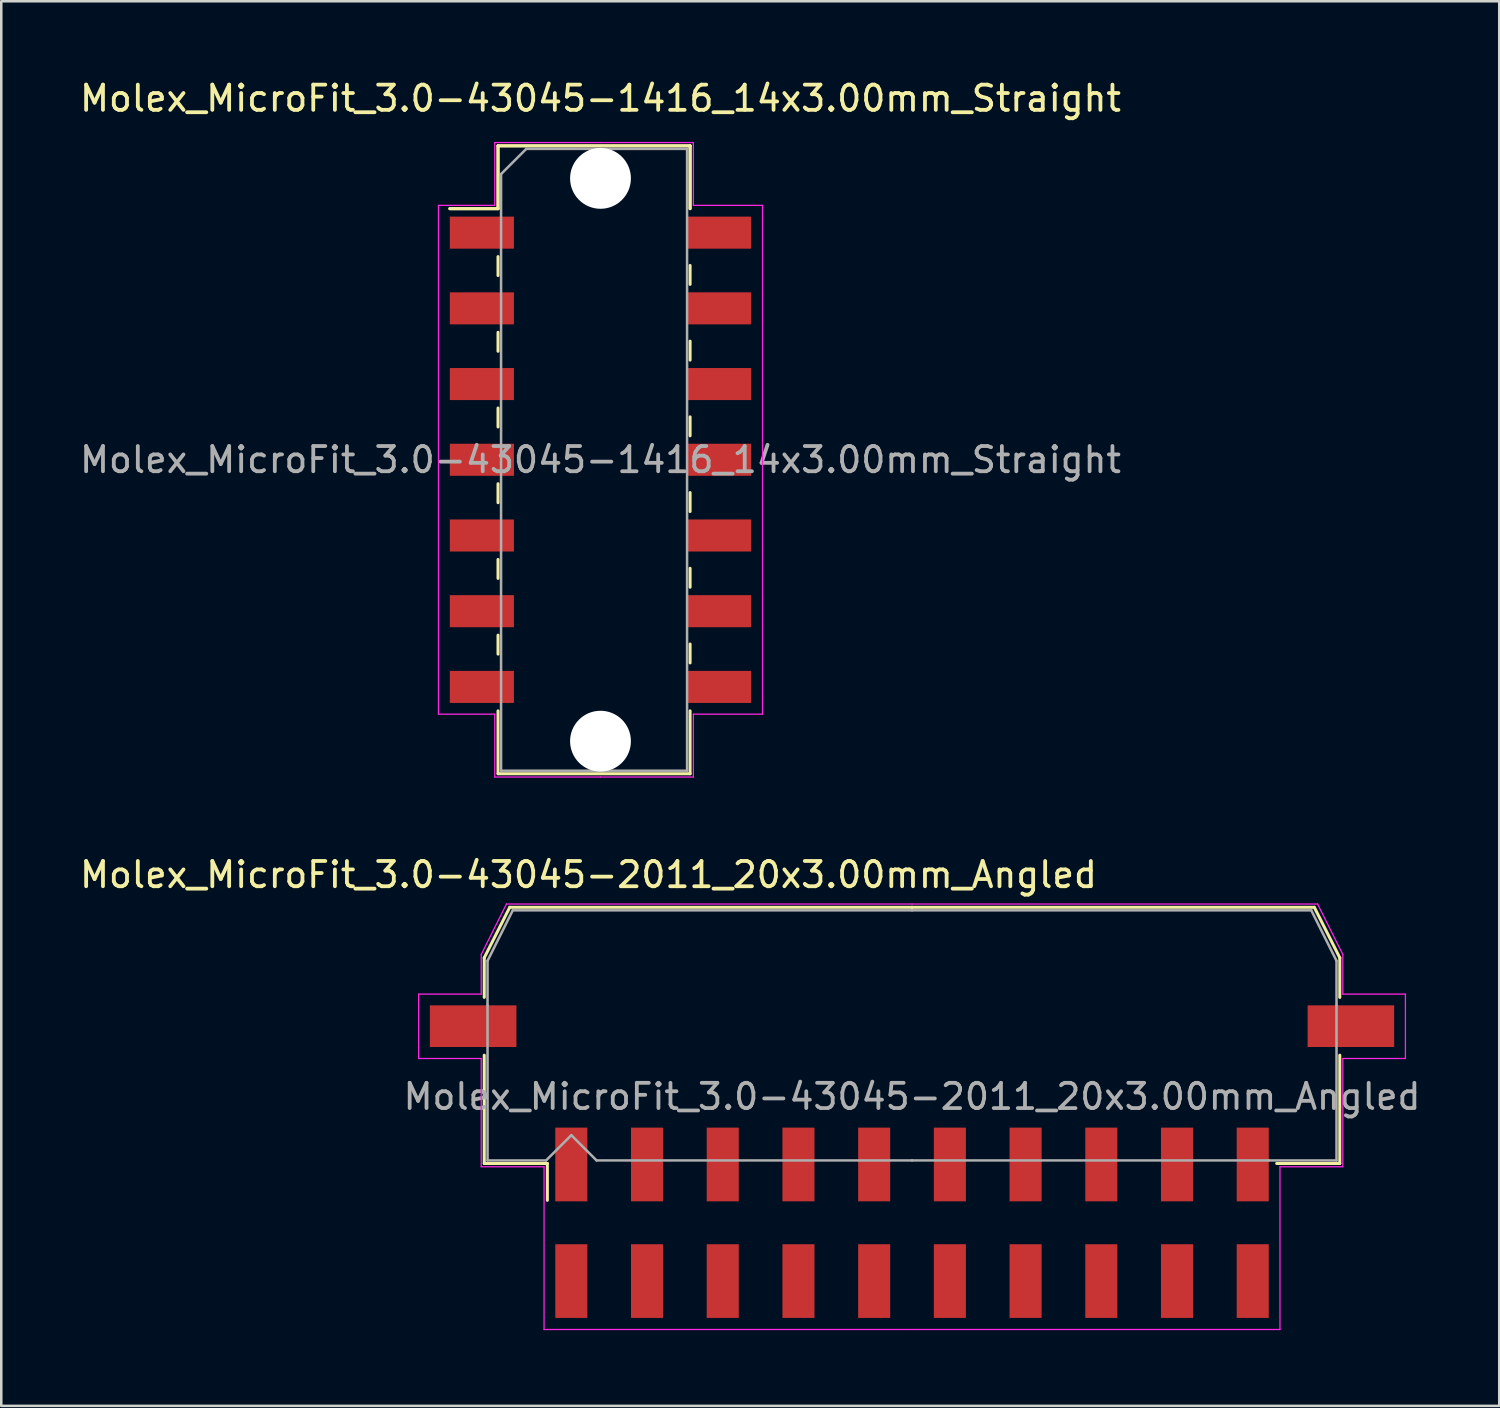
<source format=kicad_pcb>
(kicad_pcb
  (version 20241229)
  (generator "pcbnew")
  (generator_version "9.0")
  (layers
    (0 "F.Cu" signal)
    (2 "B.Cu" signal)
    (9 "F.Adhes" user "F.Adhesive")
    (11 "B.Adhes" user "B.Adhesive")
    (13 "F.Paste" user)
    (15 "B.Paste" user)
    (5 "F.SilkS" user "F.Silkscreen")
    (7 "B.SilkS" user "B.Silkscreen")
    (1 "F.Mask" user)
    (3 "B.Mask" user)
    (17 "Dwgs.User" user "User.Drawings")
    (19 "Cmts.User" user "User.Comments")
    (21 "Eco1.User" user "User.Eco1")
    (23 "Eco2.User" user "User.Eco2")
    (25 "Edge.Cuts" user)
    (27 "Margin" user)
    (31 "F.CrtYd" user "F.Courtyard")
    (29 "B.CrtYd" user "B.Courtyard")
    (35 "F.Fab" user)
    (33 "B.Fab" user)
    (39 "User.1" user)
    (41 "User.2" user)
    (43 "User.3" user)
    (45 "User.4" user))
  (footprint "Molex_MicroFit_3.0-43045-2011_20x3.00mm_Angled"
    (layer "F.Cu")
    (at 33.088 45.401)
    (property "Reference" "Molex_MicroFit_3.0-43045-2011_20x3.00mm_Angled" (at -12.82 -13.79 0) (layer "F.SilkS") (effects (font (size 1 1) (thickness 0.15))))
    (attr smd)
    (fp_line (start -16.95 -10.5) (end -16.95 -8.93) (stroke (width 0.12) (type solid)) (layer "F.SilkS"))
    (fp_line (start -16.95 -6.64) (end -16.95 -2.35) (stroke (width 0.12) (type solid)) (layer "F.SilkS"))
    (fp_line (start -16.95 -2.35) (end -14.45 -2.35) (stroke (width 0.12) (type solid)) (layer "F.SilkS"))
    (fp_line (start -15.94 -12.5) (end -16.95 -10.5) (stroke (width 0.12) (type solid)) (layer "F.SilkS"))
    (fp_line (start -14.45 -2.35) (end -14.45 -0.89) (stroke (width 0.12) (type solid)) (layer "F.SilkS"))
    (fp_line (start 0 -12.5) (end -15.94 -12.5) (stroke (width 0.12) (type solid)) (layer "F.SilkS"))
    (fp_line (start 0 -12.5) (end 15.94 -12.5) (stroke (width 0.12) (type solid)) (layer "F.SilkS"))
    (fp_line (start 15.94 -12.5) (end 16.95 -10.5) (stroke (width 0.12) (type solid)) (layer "F.SilkS"))
    (fp_line (start 16.95 -10.5) (end 16.95 -8.93) (stroke (width 0.12) (type solid)) (layer "F.SilkS"))
    (fp_line (start 16.95 -6.64) (end 16.95 -2.35) (stroke (width 0.12) (type solid)) (layer "F.SilkS"))
    (fp_line (start 16.95 -2.35) (end 14.45 -2.35) (stroke (width 0.12) (type solid)) (layer "F.SilkS"))
    (fp_line (start -19.55 -9.06) (end -19.55 -6.51) (stroke (width 0.05) (type solid)) (layer "F.CrtYd"))
    (fp_line (start -19.55 -6.51) (end -17.07 -6.51) (stroke (width 0.05) (type solid)) (layer "F.CrtYd"))
    (fp_line (start -17.07 -10.63) (end -17.07 -9.06) (stroke (width 0.05) (type solid)) (layer "F.CrtYd"))
    (fp_line (start -17.07 -9.06) (end -19.55 -9.06) (stroke (width 0.05) (type solid)) (layer "F.CrtYd"))
    (fp_line (start -17.07 -6.51) (end -17.07 -2.22) (stroke (width 0.05) (type solid)) (layer "F.CrtYd"))
    (fp_line (start -17.07 -2.22) (end -14.58 -2.22) (stroke (width 0.05) (type solid)) (layer "F.CrtYd"))
    (fp_line (start -16.07 -12.63) (end -17.07 -10.63) (stroke (width 0.05) (type solid)) (layer "F.CrtYd"))
    (fp_line (start -14.58 -2.22) (end -14.58 4.23) (stroke (width 0.05) (type solid)) (layer "F.CrtYd"))
    (fp_line (start -14.58 4.23) (end 0 4.23) (stroke (width 0.05) (type solid)) (layer "F.CrtYd"))
    (fp_line (start 0 -12.63) (end -16.07 -12.63) (stroke (width 0.05) (type solid)) (layer "F.CrtYd"))
    (fp_line (start 0 -12.63) (end 16.07 -12.63) (stroke (width 0.05) (type solid)) (layer "F.CrtYd"))
    (fp_line (start 14.58 -2.22) (end 14.58 4.23) (stroke (width 0.05) (type solid)) (layer "F.CrtYd"))
    (fp_line (start 14.58 4.23) (end 0 4.23) (stroke (width 0.05) (type solid)) (layer "F.CrtYd"))
    (fp_line (start 16.07 -12.63) (end 17.07 -10.63) (stroke (width 0.05) (type solid)) (layer "F.CrtYd"))
    (fp_line (start 17.07 -10.63) (end 17.07 -9.06) (stroke (width 0.05) (type solid)) (layer "F.CrtYd"))
    (fp_line (start 17.07 -9.06) (end 19.55 -9.06) (stroke (width 0.05) (type solid)) (layer "F.CrtYd"))
    (fp_line (start 17.07 -6.51) (end 17.07 -2.22) (stroke (width 0.05) (type solid)) (layer "F.CrtYd"))
    (fp_line (start 17.07 -2.22) (end 14.58 -2.22) (stroke (width 0.05) (type solid)) (layer "F.CrtYd"))
    (fp_line (start 19.55 -9.06) (end 19.55 -6.51) (stroke (width 0.05) (type solid)) (layer "F.CrtYd"))
    (fp_line (start 19.55 -6.51) (end 17.07 -6.51) (stroke (width 0.05) (type solid)) (layer "F.CrtYd"))
    (fp_line (start -16.82 -10.38) (end -16.82 -8.61) (stroke (width 0.1) (type solid)) (layer "F.Fab"))
    (fp_line (start -16.82 -8.61) (end -16.82 -2.47) (stroke (width 0.1) (type solid)) (layer "F.Fab"))
    (fp_line (start -16.82 -2.47) (end -14.5 -2.47) (stroke (width 0.1) (type solid)) (layer "F.Fab"))
    (fp_line (start -15.82 -12.38) (end -16.82 -10.38) (stroke (width 0.1) (type solid)) (layer "F.Fab"))
    (fp_line (start -14.5 -2.47) (end -13.5 -3.47) (stroke (width 0.1) (type solid)) (layer "F.Fab"))
    (fp_line (start -13.5 -3.47) (end -12.5 -2.47) (stroke (width 0.1) (type solid)) (layer "F.Fab"))
    (fp_line (start -12.5 -2.47) (end 0 -2.47) (stroke (width 0.1) (type solid)) (layer "F.Fab"))
    (fp_line (start 0 -12.38) (end -15.82 -12.38) (stroke (width 0.1) (type solid)) (layer "F.Fab"))
    (fp_line (start 0 -12.38) (end 15.82 -12.38) (stroke (width 0.1) (type solid)) (layer "F.Fab"))
    (fp_line (start 14.13 -2.47) (end 0 -2.47) (stroke (width 0.1) (type solid)) (layer "F.Fab"))
    (fp_line (start 15.82 -12.38) (end 16.82 -10.38) (stroke (width 0.1) (type solid)) (layer "F.Fab"))
    (fp_line (start 16.82 -10.38) (end 16.82 -8.61) (stroke (width 0.1) (type solid)) (layer "F.Fab"))
    (fp_line (start 16.82 -8.61) (end 16.82 -2.47) (stroke (width 0.1) (type solid)) (layer "F.Fab"))
    (fp_line (start 16.82 -2.47) (end 14.13 -2.47) (stroke (width 0.1) (type solid)) (layer "F.Fab"))
    (fp_text user "${REFERENCE}" (at 0 -5 0) (layer "F.Fab") (effects (font (size 1 1) (thickness 0.15))))
    (pad "" smd rect (at -17.39 -7.79) (size 3.43 1.65) (layers "F.Cu" "F.Mask" "F.Paste"))
    (pad "" smd rect (at 17.39 -7.79) (size 3.43 1.65) (layers "F.Cu" "F.Mask" "F.Paste"))
    (pad "1" smd rect (at -13.5 -2.31) (size 1.27 2.92) (layers "F.Cu" "F.Mask" "F.Paste"))
    (pad "2" smd rect (at -10.5 -2.31) (size 1.27 2.92) (layers "F.Cu" "F.Mask" "F.Paste"))
    (pad "3" smd rect (at -7.5 -2.31) (size 1.27 2.92) (layers "F.Cu" "F.Mask" "F.Paste"))
    (pad "4" smd rect (at -4.5 -2.31) (size 1.27 2.92) (layers "F.Cu" "F.Mask" "F.Paste"))
    (pad "5" smd rect (at -1.5 -2.31) (size 1.27 2.92) (layers "F.Cu" "F.Mask" "F.Paste"))
    (pad "6" smd rect (at 1.5 -2.31) (size 1.27 2.92) (layers "F.Cu" "F.Mask" "F.Paste"))
    (pad "7" smd rect (at 4.5 -2.31) (size 1.27 2.92) (layers "F.Cu" "F.Mask" "F.Paste"))
    (pad "8" smd rect (at 7.5 -2.31) (size 1.27 2.92) (layers "F.Cu" "F.Mask" "F.Paste"))
    (pad "9" smd rect (at 10.5 -2.31) (size 1.27 2.92) (layers "F.Cu" "F.Mask" "F.Paste"))
    (pad "10" smd rect (at 13.5 -2.31) (size 1.27 2.92) (layers "F.Cu" "F.Mask" "F.Paste"))
    (pad "11" smd rect (at 13.5 2.31) (size 1.27 2.92) (layers "F.Cu" "F.Mask" "F.Paste"))
    (pad "12" smd rect (at 10.5 2.31) (size 1.27 2.92) (layers "F.Cu" "F.Mask" "F.Paste"))
    (pad "13" smd rect (at 7.5 2.31) (size 1.27 2.92) (layers "F.Cu" "F.Mask" "F.Paste"))
    (pad "14" smd rect (at 4.5 2.31) (size 1.27 2.92) (layers "F.Cu" "F.Mask" "F.Paste"))
    (pad "15" smd rect (at 1.5 2.31) (size 1.27 2.92) (layers "F.Cu" "F.Mask" "F.Paste"))
    (pad "16" smd rect (at -1.5 2.31) (size 1.27 2.92) (layers "F.Cu" "F.Mask" "F.Paste"))
    (pad "17" smd rect (at -4.5 2.31) (size 1.27 2.92) (layers "F.Cu" "F.Mask" "F.Paste"))
    (pad "18" smd rect (at -7.5 2.31) (size 1.27 2.92) (layers "F.Cu" "F.Mask" "F.Paste"))
    (pad "19" smd rect (at -10.5 2.31) (size 1.27 2.92) (layers "F.Cu" "F.Mask" "F.Paste"))
    (pad "20" smd rect (at -13.5 2.31) (size 1.27 2.92) (layers "F.Cu" "F.Mask" "F.Paste")))
  (footprint "Molex_MicroFit_3.0-43045-1416_14x3.00mm_Straight"
    (layer "F.Cu")
    (at 20.744 15.168)
    (property "Reference" "Molex_MicroFit_3.0-43045-1416_14x3.00mm_Straight" (at 0 -14.32 0) (layer "F.SilkS") (effects (font (size 1 1) (thickness 0.15))))
    (attr smd)
    (fp_line (start -5.97 -9.95) (end -4.06 -9.95) (stroke (width 0.12) (type solid)) (layer "F.SilkS"))
    (fp_line (start -5.97 -9.95) (end -4.06 -9.95) (stroke (width 0.12) (type solid)) (layer "F.SilkS"))
    (fp_line (start -4.06 -12.44) (end 3.55 -12.44) (stroke (width 0.12) (type solid)) (layer "F.SilkS"))
    (fp_line (start -4.06 -12.44) (end 3.55 -12.44) (stroke (width 0.12) (type solid)) (layer "F.SilkS"))
    (fp_line (start -4.06 -9.95) (end -4.06 -12.44) (stroke (width 0.12) (type solid)) (layer "F.SilkS"))
    (fp_line (start -4.06 -9.95) (end -4.06 -12.44) (stroke (width 0.12) (type solid)) (layer "F.SilkS"))
    (fp_line (start -4.06 -8.05) (end -4.06 -7.3) (stroke (width 0.12) (type solid)) (layer "F.SilkS"))
    (fp_line (start -4.06 -5.05) (end -4.06 -4.3) (stroke (width 0.12) (type solid)) (layer "F.SilkS"))
    (fp_line (start -4.06 -2.05) (end -4.06 -1.3) (stroke (width 0.12) (type solid)) (layer "F.SilkS"))
    (fp_line (start -4.06 0.95) (end -4.06 1.7) (stroke (width 0.12) (type solid)) (layer "F.SilkS"))
    (fp_line (start -4.06 3.95) (end -4.06 4.7) (stroke (width 0.12) (type solid)) (layer "F.SilkS"))
    (fp_line (start -4.06 6.95) (end -4.06 7.7) (stroke (width 0.12) (type solid)) (layer "F.SilkS"))
    (fp_line (start -4.06 12.44) (end -4.06 9.95) (stroke (width 0.12) (type solid)) (layer "F.SilkS"))
    (fp_line (start 3.55 -12.44) (end 3.55 -9.95) (stroke (width 0.12) (type solid)) (layer "F.SilkS"))
    (fp_line (start 3.55 -12.44) (end 3.55 -9.95) (stroke (width 0.12) (type solid)) (layer "F.SilkS"))
    (fp_line (start 3.55 -6.95) (end 3.55 -7.7) (stroke (width 0.12) (type solid)) (layer "F.SilkS"))
    (fp_line (start 3.55 -3.95) (end 3.55 -4.7) (stroke (width 0.12) (type solid)) (layer "F.SilkS"))
    (fp_line (start 3.55 -0.95) (end 3.55 -1.7) (stroke (width 0.12) (type solid)) (layer "F.SilkS"))
    (fp_line (start 3.55 2.05) (end 3.55 1.3) (stroke (width 0.12) (type solid)) (layer "F.SilkS"))
    (fp_line (start 3.55 5.05) (end 3.55 4.3) (stroke (width 0.12) (type solid)) (layer "F.SilkS"))
    (fp_line (start 3.55 8.05) (end 3.55 7.3) (stroke (width 0.12) (type solid)) (layer "F.SilkS"))
    (fp_line (start 3.55 9.95) (end 3.55 12.44) (stroke (width 0.12) (type solid)) (layer "F.SilkS"))
    (fp_line (start 3.55 12.44) (end -4.06 12.44) (stroke (width 0.12) (type solid)) (layer "F.SilkS"))
    (fp_line (start -6.42 -10.08) (end -4.19 -10.08) (stroke (width 0.05) (type solid)) (layer "F.CrtYd"))
    (fp_line (start -6.42 10.08) (end -6.42 -10.08) (stroke (width 0.05) (type solid)) (layer "F.CrtYd"))
    (fp_line (start -4.19 -12.57) (end 0 -12.57) (stroke (width 0.05) (type solid)) (layer "F.CrtYd"))
    (fp_line (start -4.19 -10.08) (end -4.19 -12.57) (stroke (width 0.05) (type solid)) (layer "F.CrtYd"))
    (fp_line (start -4.19 10.08) (end -6.42 10.08) (stroke (width 0.05) (type solid)) (layer "F.CrtYd"))
    (fp_line (start -4.19 12.57) (end -4.19 10.08) (stroke (width 0.05) (type solid)) (layer "F.CrtYd"))
    (fp_line (start 0 -12.57) (end 3.68 -12.57) (stroke (width 0.05) (type solid)) (layer "F.CrtYd"))
    (fp_line (start 0 12.57) (end -4.19 12.57) (stroke (width 0.05) (type solid)) (layer "F.CrtYd"))
    (fp_line (start 3.68 -12.57) (end 3.68 -10.08) (stroke (width 0.05) (type solid)) (layer "F.CrtYd"))
    (fp_line (start 3.68 -10.08) (end 6.42 -10.08) (stroke (width 0.05) (type solid)) (layer "F.CrtYd"))
    (fp_line (start 3.68 10.08) (end 3.68 12.57) (stroke (width 0.05) (type solid)) (layer "F.CrtYd"))
    (fp_line (start 3.68 12.57) (end 0 12.57) (stroke (width 0.05) (type solid)) (layer "F.CrtYd"))
    (fp_line (start 6.42 -10.08) (end 6.42 10.08) (stroke (width 0.05) (type solid)) (layer "F.CrtYd"))
    (fp_line (start 6.42 10.08) (end 3.68 10.08) (stroke (width 0.05) (type solid)) (layer "F.CrtYd"))
    (fp_line (start -3.94 -11.32) (end -2.94 -12.32) (stroke (width 0.1) (type solid)) (layer "F.Fab"))
    (fp_line (start -3.94 12.32) (end -3.94 -11.32) (stroke (width 0.1) (type solid)) (layer "F.Fab"))
    (fp_line (start -2.94 -12.32) (end 0 -12.32) (stroke (width 0.1) (type solid)) (layer "F.Fab"))
    (fp_line (start 0 -12.32) (end 3.43 -12.32) (stroke (width 0.1) (type solid)) (layer "F.Fab"))
    (fp_line (start 0 12.32) (end -3.94 12.32) (stroke (width 0.1) (type solid)) (layer "F.Fab"))
    (fp_line (start 3.43 -12.32) (end 3.43 12.32) (stroke (width 0.1) (type solid)) (layer "F.Fab"))
    (fp_line (start 3.43 12.32) (end 0 12.32) (stroke (width 0.1) (type solid)) (layer "F.Fab"))
    (fp_text user "${REFERENCE}" (at 0 0 0) (layer "F.Fab") (effects (font (size 1 1) (thickness 0.15))))
    (pad "" np_thru_hole circle (at 0 -11.15) (size 2.41 2.41) (drill 2.41) (layers "*.Cu"))
    (pad "" np_thru_hole circle (at 0 11.15) (size 2.41 2.41) (drill 2.41) (layers "*.Cu"))
    (pad "1" smd rect (at -4.7 -9) (size 2.54 1.27) (layers "F.Cu" "F.Mask" "F.Paste"))
    (pad "2" smd rect (at -4.7 -6) (size 2.54 1.27) (layers "F.Cu" "F.Mask" "F.Paste"))
    (pad "3" smd rect (at -4.7 -3) (size 2.54 1.27) (layers "F.Cu" "F.Mask" "F.Paste"))
    (pad "4" smd rect (at -4.7 0) (size 2.54 1.27) (layers "F.Cu" "F.Mask" "F.Paste"))
    (pad "5" smd rect (at -4.7 3) (size 2.54 1.27) (layers "F.Cu" "F.Mask" "F.Paste"))
    (pad "6" smd rect (at -4.7 6) (size 2.54 1.27) (layers "F.Cu" "F.Mask" "F.Paste"))
    (pad "7" smd rect (at -4.7 9) (size 2.54 1.27) (layers "F.Cu" "F.Mask" "F.Paste"))
    (pad "8" smd rect (at 4.7 9) (size 2.54 1.27) (layers "F.Cu" "F.Mask" "F.Paste"))
    (pad "9" smd rect (at 4.7 6) (size 2.54 1.27) (layers "F.Cu" "F.Mask" "F.Paste"))
    (pad "10" smd rect (at 4.7 3) (size 2.54 1.27) (layers "F.Cu" "F.Mask" "F.Paste"))
    (pad "11" smd rect (at 4.7 0) (size 2.54 1.27) (layers "F.Cu" "F.Mask" "F.Paste"))
    (pad "12" smd rect (at 4.7 -3) (size 2.54 1.27) (layers "F.Cu" "F.Mask" "F.Paste"))
    (pad "13" smd rect (at 4.7 -6) (size 2.54 1.27) (layers "F.Cu" "F.Mask" "F.Paste"))
    (pad "14" smd rect (at 4.7 -9) (size 2.54 1.27) (layers "F.Cu" "F.Mask" "F.Paste")))
  (gr_rect
    (start -3 -3)
    (end 56.356 52.657)
    (stroke (width 0.1) (type default))
    (fill no)
    (layer "Edge.Cuts")))
</source>
